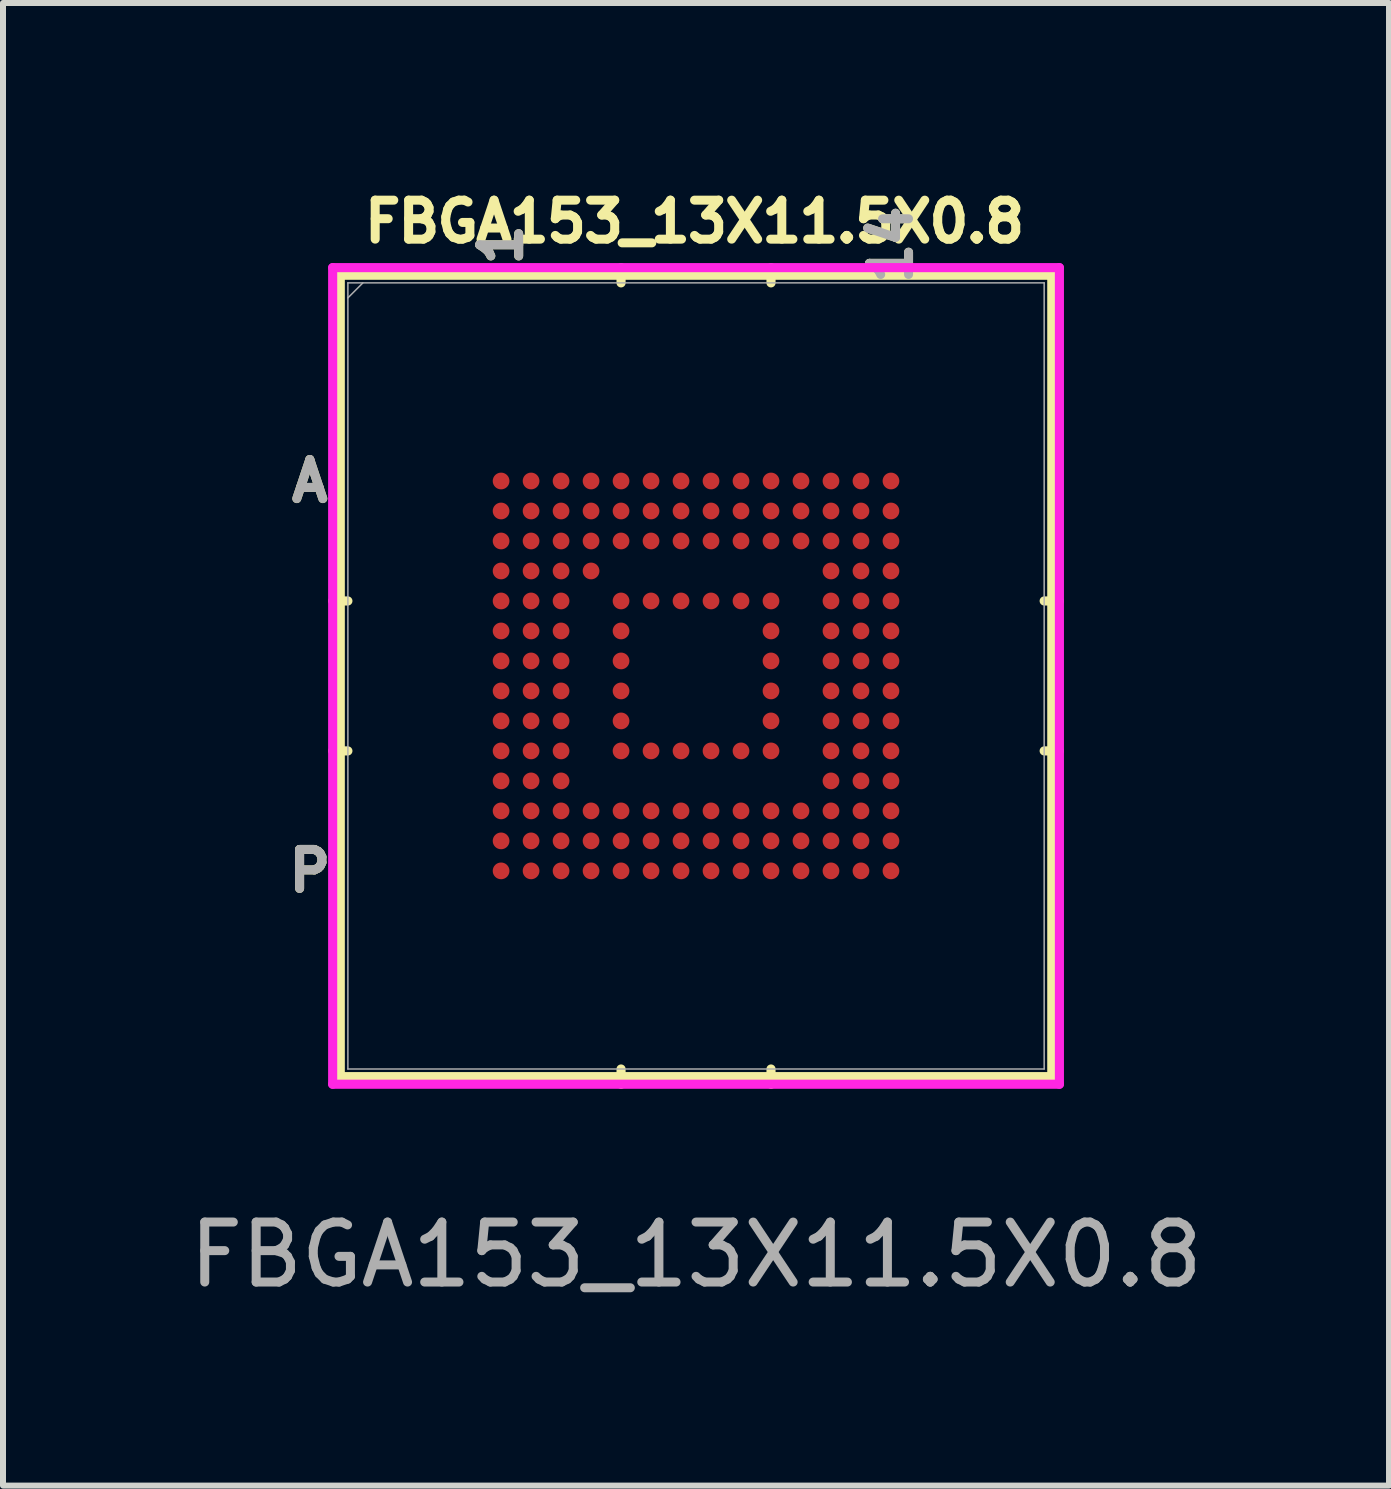
<source format=kicad_pcb>
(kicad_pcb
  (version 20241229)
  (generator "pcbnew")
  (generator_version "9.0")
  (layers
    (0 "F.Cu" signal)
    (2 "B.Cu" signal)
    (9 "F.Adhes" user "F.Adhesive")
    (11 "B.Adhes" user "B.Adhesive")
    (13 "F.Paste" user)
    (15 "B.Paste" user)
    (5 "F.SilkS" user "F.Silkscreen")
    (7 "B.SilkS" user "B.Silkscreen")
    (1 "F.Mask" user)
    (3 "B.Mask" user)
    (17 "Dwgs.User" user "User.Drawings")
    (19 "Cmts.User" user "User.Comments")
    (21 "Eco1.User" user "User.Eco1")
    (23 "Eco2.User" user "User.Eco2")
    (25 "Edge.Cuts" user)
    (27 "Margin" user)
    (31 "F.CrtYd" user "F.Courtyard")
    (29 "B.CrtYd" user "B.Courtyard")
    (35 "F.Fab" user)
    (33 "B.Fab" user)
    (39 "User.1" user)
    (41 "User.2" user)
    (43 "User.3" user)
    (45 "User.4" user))
  (footprint "FBGA153_13X11.5X0.8"
    (layer "F.Cu")
    (at 8.554 8.219)
    (property "Reference" "FBGA153_13X11.5X0.8" (at -0.025 -7.575 0) (unlocked yes) (layer "F.SilkS") (effects (font (size 0.65 0.65) (thickness 0.15))))
    (attr smd)
    (fp_line (start -5.931 -6.68) (end -5.931 6.68) (stroke (width 0.152) (type solid)) (layer "F.SilkS"))
    (fp_line (start -5.931 6.68) (end 5.931 6.68) (stroke (width 0.152) (type solid)) (layer "F.SilkS"))
    (fp_line (start -5.804 -1.25) (end -6.058 -1.25) (stroke (width 0.152) (type solid)) (layer "F.SilkS"))
    (fp_line (start -5.804 1.25) (end -6.058 1.25) (stroke (width 0.152) (type solid)) (layer "F.SilkS"))
    (fp_line (start -1.25 -6.553) (end -1.25 -6.807) (stroke (width 0.152) (type solid)) (layer "F.SilkS"))
    (fp_line (start -1.25 6.553) (end -1.25 6.807) (stroke (width 0.152) (type solid)) (layer "F.SilkS"))
    (fp_line (start 1.25 -6.553) (end 1.25 -6.807) (stroke (width 0.152) (type solid)) (layer "F.SilkS"))
    (fp_line (start 1.25 6.553) (end 1.25 6.807) (stroke (width 0.152) (type solid)) (layer "F.SilkS"))
    (fp_line (start 5.804 -1.25) (end 6.058 -1.25) (stroke (width 0.152) (type solid)) (layer "F.SilkS"))
    (fp_line (start 5.804 1.25) (end 6.058 1.25) (stroke (width 0.152) (type solid)) (layer "F.SilkS"))
    (fp_line (start 5.931 -6.68) (end -5.931 -6.68) (stroke (width 0.152) (type solid)) (layer "F.SilkS"))
    (fp_line (start 5.931 6.68) (end 5.931 -6.68) (stroke (width 0.152) (type solid)) (layer "F.SilkS"))
    (fp_line (start -6.058 -6.807) (end 6.058 -6.807) (stroke (width 0.152) (type solid)) (layer "F.CrtYd"))
    (fp_line (start -6.058 6.807) (end -6.058 -6.807) (stroke (width 0.152) (type solid)) (layer "F.CrtYd"))
    (fp_line (start 6.058 -6.807) (end 6.058 6.807) (stroke (width 0.152) (type solid)) (layer "F.CrtYd"))
    (fp_line (start 6.058 6.807) (end -6.058 6.807) (stroke (width 0.152) (type solid)) (layer "F.CrtYd"))
    (fp_line (start -5.804 -6.553) (end -5.804 6.553) (stroke (width 0.025) (type solid)) (layer "F.Fab"))
    (fp_line (start -5.804 6.553) (end 5.804 6.553) (stroke (width 0.025) (type solid)) (layer "F.Fab"))
    (fp_line (start -5.554 -6.553) (end -5.804 -6.303) (stroke (width 0.025) (type solid)) (layer "F.Fab"))
    (fp_line (start 5.804 -6.553) (end -5.804 -6.553) (stroke (width 0.025) (type solid)) (layer "F.Fab"))
    (fp_line (start 5.804 6.553) (end 5.804 -6.553) (stroke (width 0.025) (type solid)) (layer "F.Fab"))
    (fp_text user "14" (at 3.25 -7.188 90) (unlocked yes) (layer "F.SilkS") (effects (font (size 0.65 0.65) (thickness 0.15))))
    (fp_text user "P" (at -6.439 3.25 0) (unlocked yes) (layer "F.SilkS") (effects (font (size 0.65 0.65) (thickness 0.15))))
    (fp_text user "A" (at -6.439 -3.25 0) (unlocked yes) (layer "F.SilkS") (effects (font (size 0.65 0.65) (thickness 0.15))))
    (fp_text user "1" (at -3.25 -7.188 90) (unlocked yes) (layer "F.SilkS") (effects (font (size 0.65 0.65) (thickness 0.15))))
    (fp_text user "${REFERENCE}" (at 0 9.65 0) (unlocked yes) (layer "F.Fab") (effects (font (size 1 1) (thickness 0.15))))
    (fp_text user "P" (at -6.439 3.25 0) (unlocked yes) (layer "F.Fab") (effects (font (size 0.65 0.65) (thickness 0.15))))
    (fp_text user "14" (at 3.25 -7.188 90) (unlocked yes) (layer "F.Fab") (effects (font (size 0.65 0.65) (thickness 0.15))))
    (fp_text user "1" (at -3.25 -7.188 90) (unlocked yes) (layer "F.Fab") (effects (font (size 0.65 0.65) (thickness 0.15))))
    (fp_text user "A" (at -6.439 -3.25 0) (unlocked yes) (layer "F.Fab") (effects (font (size 0.65 0.65) (thickness 0.15))))
    (pad "A1" smd circle (at -3.25 -3.25) (size 0.279 0.279) (layers "F.Cu" "F.Mask" "F.Paste"))
    (pad "A2" smd circle (at -2.75 -3.25) (size 0.279 0.279) (layers "F.Cu" "F.Mask" "F.Paste"))
    (pad "A3" smd circle (at -2.25 -3.25) (size 0.279 0.279) (layers "F.Cu" "F.Mask" "F.Paste"))
    (pad "A4" smd circle (at -1.75 -3.25) (size 0.279 0.279) (layers "F.Cu" "F.Mask" "F.Paste"))
    (pad "A5" smd circle (at -1.25 -3.25) (size 0.279 0.279) (layers "F.Cu" "F.Mask" "F.Paste"))
    (pad "A6" smd circle (at -0.75 -3.25) (size 0.279 0.279) (layers "F.Cu" "F.Mask" "F.Paste"))
    (pad "A7" smd circle (at -0.25 -3.25) (size 0.279 0.279) (layers "F.Cu" "F.Mask" "F.Paste"))
    (pad "A8" smd circle (at 0.25 -3.25) (size 0.279 0.279) (layers "F.Cu" "F.Mask" "F.Paste"))
    (pad "A9" smd circle (at 0.75 -3.25) (size 0.279 0.279) (layers "F.Cu" "F.Mask" "F.Paste"))
    (pad "A10" smd circle (at 1.25 -3.25) (size 0.279 0.279) (layers "F.Cu" "F.Mask" "F.Paste"))
    (pad "A11" smd circle (at 1.75 -3.25) (size 0.279 0.279) (layers "F.Cu" "F.Mask" "F.Paste"))
    (pad "A12" smd circle (at 2.25 -3.25) (size 0.279 0.279) (layers "F.Cu" "F.Mask" "F.Paste"))
    (pad "A13" smd circle (at 2.75 -3.25) (size 0.279 0.279) (layers "F.Cu" "F.Mask" "F.Paste"))
    (pad "A14" smd circle (at 3.25 -3.25) (size 0.279 0.279) (layers "F.Cu" "F.Mask" "F.Paste"))
    (pad "B1" smd circle (at -3.25 -2.75) (size 0.279 0.279) (layers "F.Cu" "F.Mask" "F.Paste"))
    (pad "B2" smd circle (at -2.75 -2.75) (size 0.279 0.279) (layers "F.Cu" "F.Mask" "F.Paste"))
    (pad "B3" smd circle (at -2.25 -2.75) (size 0.279 0.279) (layers "F.Cu" "F.Mask" "F.Paste"))
    (pad "B4" smd circle (at -1.75 -2.75) (size 0.279 0.279) (layers "F.Cu" "F.Mask" "F.Paste"))
    (pad "B5" smd circle (at -1.25 -2.75) (size 0.279 0.279) (layers "F.Cu" "F.Mask" "F.Paste"))
    (pad "B6" smd circle (at -0.75 -2.75) (size 0.279 0.279) (layers "F.Cu" "F.Mask" "F.Paste"))
    (pad "B7" smd circle (at -0.25 -2.75) (size 0.279 0.279) (layers "F.Cu" "F.Mask" "F.Paste"))
    (pad "B8" smd circle (at 0.25 -2.75) (size 0.279 0.279) (layers "F.Cu" "F.Mask" "F.Paste"))
    (pad "B9" smd circle (at 0.75 -2.75) (size 0.279 0.279) (layers "F.Cu" "F.Mask" "F.Paste"))
    (pad "B10" smd circle (at 1.25 -2.75) (size 0.279 0.279) (layers "F.Cu" "F.Mask" "F.Paste"))
    (pad "B11" smd circle (at 1.75 -2.75) (size 0.279 0.279) (layers "F.Cu" "F.Mask" "F.Paste"))
    (pad "B12" smd circle (at 2.25 -2.75) (size 0.279 0.279) (layers "F.Cu" "F.Mask" "F.Paste"))
    (pad "B13" smd circle (at 2.75 -2.75) (size 0.279 0.279) (layers "F.Cu" "F.Mask" "F.Paste"))
    (pad "B14" smd circle (at 3.25 -2.75) (size 0.279 0.279) (layers "F.Cu" "F.Mask" "F.Paste"))
    (pad "C1" smd circle (at -3.25 -2.25) (size 0.279 0.279) (layers "F.Cu" "F.Mask" "F.Paste"))
    (pad "C2" smd circle (at -2.75 -2.25) (size 0.279 0.279) (layers "F.Cu" "F.Mask" "F.Paste"))
    (pad "C3" smd circle (at -2.25 -2.25) (size 0.279 0.279) (layers "F.Cu" "F.Mask" "F.Paste"))
    (pad "C4" smd circle (at -1.75 -2.25) (size 0.279 0.279) (layers "F.Cu" "F.Mask" "F.Paste"))
    (pad "C5" smd circle (at -1.25 -2.25) (size 0.279 0.279) (layers "F.Cu" "F.Mask" "F.Paste"))
    (pad "C6" smd circle (at -0.75 -2.25) (size 0.279 0.279) (layers "F.Cu" "F.Mask" "F.Paste"))
    (pad "C7" smd circle (at -0.25 -2.25) (size 0.279 0.279) (layers "F.Cu" "F.Mask" "F.Paste"))
    (pad "C8" smd circle (at 0.25 -2.25) (size 0.279 0.279) (layers "F.Cu" "F.Mask" "F.Paste"))
    (pad "C9" smd circle (at 0.75 -2.25) (size 0.279 0.279) (layers "F.Cu" "F.Mask" "F.Paste"))
    (pad "C10" smd circle (at 1.25 -2.25) (size 0.279 0.279) (layers "F.Cu" "F.Mask" "F.Paste"))
    (pad "C11" smd circle (at 1.75 -2.25) (size 0.279 0.279) (layers "F.Cu" "F.Mask" "F.Paste"))
    (pad "C12" smd circle (at 2.25 -2.25) (size 0.279 0.279) (layers "F.Cu" "F.Mask" "F.Paste"))
    (pad "C13" smd circle (at 2.75 -2.25) (size 0.279 0.279) (layers "F.Cu" "F.Mask" "F.Paste"))
    (pad "C14" smd circle (at 3.25 -2.25) (size 0.279 0.279) (layers "F.Cu" "F.Mask" "F.Paste"))
    (pad "D1" smd circle (at -3.25 -1.75) (size 0.279 0.279) (layers "F.Cu" "F.Mask" "F.Paste"))
    (pad "D2" smd circle (at -2.75 -1.75) (size 0.279 0.279) (layers "F.Cu" "F.Mask" "F.Paste"))
    (pad "D3" smd circle (at -2.25 -1.75) (size 0.279 0.279) (layers "F.Cu" "F.Mask" "F.Paste"))
    (pad "D4" smd circle (at -1.75 -1.75) (size 0.279 0.279) (layers "F.Cu" "F.Mask" "F.Paste"))
    (pad "D12" smd circle (at 2.25 -1.75) (size 0.279 0.279) (layers "F.Cu" "F.Mask" "F.Paste"))
    (pad "D13" smd circle (at 2.75 -1.75) (size 0.279 0.279) (layers "F.Cu" "F.Mask" "F.Paste"))
    (pad "D14" smd circle (at 3.25 -1.75) (size 0.279 0.279) (layers "F.Cu" "F.Mask" "F.Paste"))
    (pad "E1" smd circle (at -3.25 -1.25) (size 0.279 0.279) (layers "F.Cu" "F.Mask" "F.Paste"))
    (pad "E2" smd circle (at -2.75 -1.25) (size 0.279 0.279) (layers "F.Cu" "F.Mask" "F.Paste"))
    (pad "E3" smd circle (at -2.25 -1.25) (size 0.279 0.279) (layers "F.Cu" "F.Mask" "F.Paste"))
    (pad "E5" smd circle (at -1.25 -1.25) (size 0.279 0.279) (layers "F.Cu" "F.Mask" "F.Paste"))
    (pad "E6" smd circle (at -0.75 -1.25) (size 0.279 0.279) (layers "F.Cu" "F.Mask" "F.Paste"))
    (pad "E7" smd circle (at -0.25 -1.25) (size 0.279 0.279) (layers "F.Cu" "F.Mask" "F.Paste"))
    (pad "E8" smd circle (at 0.25 -1.25) (size 0.279 0.279) (layers "F.Cu" "F.Mask" "F.Paste"))
    (pad "E9" smd circle (at 0.75 -1.25) (size 0.279 0.279) (layers "F.Cu" "F.Mask" "F.Paste"))
    (pad "E10" smd circle (at 1.25 -1.25) (size 0.279 0.279) (layers "F.Cu" "F.Mask" "F.Paste"))
    (pad "E12" smd circle (at 2.25 -1.25) (size 0.279 0.279) (layers "F.Cu" "F.Mask" "F.Paste"))
    (pad "E13" smd circle (at 2.75 -1.25) (size 0.279 0.279) (layers "F.Cu" "F.Mask" "F.Paste"))
    (pad "E14" smd circle (at 3.25 -1.25) (size 0.279 0.279) (layers "F.Cu" "F.Mask" "F.Paste"))
    (pad "F1" smd circle (at -3.25 -0.75) (size 0.279 0.279) (layers "F.Cu" "F.Mask" "F.Paste"))
    (pad "F2" smd circle (at -2.75 -0.75) (size 0.279 0.279) (layers "F.Cu" "F.Mask" "F.Paste"))
    (pad "F3" smd circle (at -2.25 -0.75) (size 0.279 0.279) (layers "F.Cu" "F.Mask" "F.Paste"))
    (pad "F5" smd circle (at -1.25 -0.75) (size 0.279 0.279) (layers "F.Cu" "F.Mask" "F.Paste"))
    (pad "F10" smd circle (at 1.25 -0.75) (size 0.279 0.279) (layers "F.Cu" "F.Mask" "F.Paste"))
    (pad "F12" smd circle (at 2.25 -0.75) (size 0.279 0.279) (layers "F.Cu" "F.Mask" "F.Paste"))
    (pad "F13" smd circle (at 2.75 -0.75) (size 0.279 0.279) (layers "F.Cu" "F.Mask" "F.Paste"))
    (pad "F14" smd circle (at 3.25 -0.75) (size 0.279 0.279) (layers "F.Cu" "F.Mask" "F.Paste"))
    (pad "G1" smd circle (at -3.25 -0.25) (size 0.279 0.279) (layers "F.Cu" "F.Mask" "F.Paste"))
    (pad "G2" smd circle (at -2.75 -0.25) (size 0.279 0.279) (layers "F.Cu" "F.Mask" "F.Paste"))
    (pad "G3" smd circle (at -2.25 -0.25) (size 0.279 0.279) (layers "F.Cu" "F.Mask" "F.Paste"))
    (pad "G5" smd circle (at -1.25 -0.25) (size 0.279 0.279) (layers "F.Cu" "F.Mask" "F.Paste"))
    (pad "G10" smd circle (at 1.25 -0.25) (size 0.279 0.279) (layers "F.Cu" "F.Mask" "F.Paste"))
    (pad "G12" smd circle (at 2.25 -0.25) (size 0.279 0.279) (layers "F.Cu" "F.Mask" "F.Paste"))
    (pad "G13" smd circle (at 2.75 -0.25) (size 0.279 0.279) (layers "F.Cu" "F.Mask" "F.Paste"))
    (pad "G14" smd circle (at 3.25 -0.25) (size 0.279 0.279) (layers "F.Cu" "F.Mask" "F.Paste"))
    (pad "H1" smd circle (at -3.25 0.25) (size 0.279 0.279) (layers "F.Cu" "F.Mask" "F.Paste"))
    (pad "H2" smd circle (at -2.75 0.25) (size 0.279 0.279) (layers "F.Cu" "F.Mask" "F.Paste"))
    (pad "H3" smd circle (at -2.25 0.25) (size 0.279 0.279) (layers "F.Cu" "F.Mask" "F.Paste"))
    (pad "H5" smd circle (at -1.25 0.25) (size 0.279 0.279) (layers "F.Cu" "F.Mask" "F.Paste"))
    (pad "H10" smd circle (at 1.25 0.25) (size 0.279 0.279) (layers "F.Cu" "F.Mask" "F.Paste"))
    (pad "H12" smd circle (at 2.25 0.25) (size 0.279 0.279) (layers "F.Cu" "F.Mask" "F.Paste"))
    (pad "H13" smd circle (at 2.75 0.25) (size 0.279 0.279) (layers "F.Cu" "F.Mask" "F.Paste"))
    (pad "H14" smd circle (at 3.25 0.25) (size 0.279 0.279) (layers "F.Cu" "F.Mask" "F.Paste"))
    (pad "J1" smd circle (at -3.25 0.75) (size 0.279 0.279) (layers "F.Cu" "F.Mask" "F.Paste"))
    (pad "J2" smd circle (at -2.75 0.75) (size 0.279 0.279) (layers "F.Cu" "F.Mask" "F.Paste"))
    (pad "J3" smd circle (at -2.25 0.75) (size 0.279 0.279) (layers "F.Cu" "F.Mask" "F.Paste"))
    (pad "J5" smd circle (at -1.25 0.75) (size 0.279 0.279) (layers "F.Cu" "F.Mask" "F.Paste"))
    (pad "J10" smd circle (at 1.25 0.75) (size 0.279 0.279) (layers "F.Cu" "F.Mask" "F.Paste"))
    (pad "J12" smd circle (at 2.25 0.75) (size 0.279 0.279) (layers "F.Cu" "F.Mask" "F.Paste"))
    (pad "J13" smd circle (at 2.75 0.75) (size 0.279 0.279) (layers "F.Cu" "F.Mask" "F.Paste"))
    (pad "J14" smd circle (at 3.25 0.75) (size 0.279 0.279) (layers "F.Cu" "F.Mask" "F.Paste"))
    (pad "K1" smd circle (at -3.25 1.25) (size 0.279 0.279) (layers "F.Cu" "F.Mask" "F.Paste"))
    (pad "K2" smd circle (at -2.75 1.25) (size 0.279 0.279) (layers "F.Cu" "F.Mask" "F.Paste"))
    (pad "K3" smd circle (at -2.25 1.25) (size 0.279 0.279) (layers "F.Cu" "F.Mask" "F.Paste"))
    (pad "K5" smd circle (at -1.25 1.25) (size 0.279 0.279) (layers "F.Cu" "F.Mask" "F.Paste"))
    (pad "K6" smd circle (at -0.75 1.25) (size 0.279 0.279) (layers "F.Cu" "F.Mask" "F.Paste"))
    (pad "K7" smd circle (at -0.25 1.25) (size 0.279 0.279) (layers "F.Cu" "F.Mask" "F.Paste"))
    (pad "K8" smd circle (at 0.25 1.25) (size 0.279 0.279) (layers "F.Cu" "F.Mask" "F.Paste"))
    (pad "K9" smd circle (at 0.75 1.25) (size 0.279 0.279) (layers "F.Cu" "F.Mask" "F.Paste"))
    (pad "K10" smd circle (at 1.25 1.25) (size 0.279 0.279) (layers "F.Cu" "F.Mask" "F.Paste"))
    (pad "K12" smd circle (at 2.25 1.25) (size 0.279 0.279) (layers "F.Cu" "F.Mask" "F.Paste"))
    (pad "K13" smd circle (at 2.75 1.25) (size 0.279 0.279) (layers "F.Cu" "F.Mask" "F.Paste"))
    (pad "K14" smd circle (at 3.25 1.25) (size 0.279 0.279) (layers "F.Cu" "F.Mask" "F.Paste"))
    (pad "L1" smd circle (at -3.25 1.75) (size 0.279 0.279) (layers "F.Cu" "F.Mask" "F.Paste"))
    (pad "L2" smd circle (at -2.75 1.75) (size 0.279 0.279) (layers "F.Cu" "F.Mask" "F.Paste"))
    (pad "L3" smd circle (at -2.25 1.75) (size 0.279 0.279) (layers "F.Cu" "F.Mask" "F.Paste"))
    (pad "L12" smd circle (at 2.25 1.75) (size 0.279 0.279) (layers "F.Cu" "F.Mask" "F.Paste"))
    (pad "L13" smd circle (at 2.75 1.75) (size 0.279 0.279) (layers "F.Cu" "F.Mask" "F.Paste"))
    (pad "L14" smd circle (at 3.25 1.75) (size 0.279 0.279) (layers "F.Cu" "F.Mask" "F.Paste"))
    (pad "M1" smd circle (at -3.25 2.25) (size 0.279 0.279) (layers "F.Cu" "F.Mask" "F.Paste"))
    (pad "M2" smd circle (at -2.75 2.25) (size 0.279 0.279) (layers "F.Cu" "F.Mask" "F.Paste"))
    (pad "M3" smd circle (at -2.25 2.25) (size 0.279 0.279) (layers "F.Cu" "F.Mask" "F.Paste"))
    (pad "M4" smd circle (at -1.75 2.25) (size 0.279 0.279) (layers "F.Cu" "F.Mask" "F.Paste"))
    (pad "M5" smd circle (at -1.25 2.25) (size 0.279 0.279) (layers "F.Cu" "F.Mask" "F.Paste"))
    (pad "M6" smd circle (at -0.75 2.25) (size 0.279 0.279) (layers "F.Cu" "F.Mask" "F.Paste"))
    (pad "M7" smd circle (at -0.25 2.25) (size 0.279 0.279) (layers "F.Cu" "F.Mask" "F.Paste"))
    (pad "M8" smd circle (at 0.25 2.25) (size 0.279 0.279) (layers "F.Cu" "F.Mask" "F.Paste"))
    (pad "M9" smd circle (at 0.75 2.25) (size 0.279 0.279) (layers "F.Cu" "F.Mask" "F.Paste"))
    (pad "M10" smd circle (at 1.25 2.25) (size 0.279 0.279) (layers "F.Cu" "F.Mask" "F.Paste"))
    (pad "M11" smd circle (at 1.75 2.25) (size 0.279 0.279) (layers "F.Cu" "F.Mask" "F.Paste"))
    (pad "M12" smd circle (at 2.25 2.25) (size 0.279 0.279) (layers "F.Cu" "F.Mask" "F.Paste"))
    (pad "M13" smd circle (at 2.75 2.25) (size 0.279 0.279) (layers "F.Cu" "F.Mask" "F.Paste"))
    (pad "M14" smd circle (at 3.25 2.25) (size 0.279 0.279) (layers "F.Cu" "F.Mask" "F.Paste"))
    (pad "N1" smd circle (at -3.25 2.75) (size 0.279 0.279) (layers "F.Cu" "F.Mask" "F.Paste"))
    (pad "N2" smd circle (at -2.75 2.75) (size 0.279 0.279) (layers "F.Cu" "F.Mask" "F.Paste"))
    (pad "N3" smd circle (at -2.25 2.75) (size 0.279 0.279) (layers "F.Cu" "F.Mask" "F.Paste"))
    (pad "N4" smd circle (at -1.75 2.75) (size 0.279 0.279) (layers "F.Cu" "F.Mask" "F.Paste"))
    (pad "N5" smd circle (at -1.25 2.75) (size 0.279 0.279) (layers "F.Cu" "F.Mask" "F.Paste"))
    (pad "N6" smd circle (at -0.75 2.75) (size 0.279 0.279) (layers "F.Cu" "F.Mask" "F.Paste"))
    (pad "N7" smd circle (at -0.25 2.75) (size 0.279 0.279) (layers "F.Cu" "F.Mask" "F.Paste"))
    (pad "N8" smd circle (at 0.25 2.75) (size 0.279 0.279) (layers "F.Cu" "F.Mask" "F.Paste"))
    (pad "N9" smd circle (at 0.75 2.75) (size 0.279 0.279) (layers "F.Cu" "F.Mask" "F.Paste"))
    (pad "N10" smd circle (at 1.25 2.75) (size 0.279 0.279) (layers "F.Cu" "F.Mask" "F.Paste"))
    (pad "N11" smd circle (at 1.75 2.75) (size 0.279 0.279) (layers "F.Cu" "F.Mask" "F.Paste"))
    (pad "N12" smd circle (at 2.25 2.75) (size 0.279 0.279) (layers "F.Cu" "F.Mask" "F.Paste"))
    (pad "N13" smd circle (at 2.75 2.75) (size 0.279 0.279) (layers "F.Cu" "F.Mask" "F.Paste"))
    (pad "N14" smd circle (at 3.25 2.75) (size 0.279 0.279) (layers "F.Cu" "F.Mask" "F.Paste"))
    (pad "P1" smd circle (at -3.25 3.25) (size 0.279 0.279) (layers "F.Cu" "F.Mask" "F.Paste"))
    (pad "P2" smd circle (at -2.75 3.25) (size 0.279 0.279) (layers "F.Cu" "F.Mask" "F.Paste"))
    (pad "P3" smd circle (at -2.25 3.25) (size 0.279 0.279) (layers "F.Cu" "F.Mask" "F.Paste"))
    (pad "P4" smd circle (at -1.75 3.25) (size 0.279 0.279) (layers "F.Cu" "F.Mask" "F.Paste"))
    (pad "P5" smd circle (at -1.25 3.25) (size 0.279 0.279) (layers "F.Cu" "F.Mask" "F.Paste"))
    (pad "P6" smd circle (at -0.75 3.25) (size 0.279 0.279) (layers "F.Cu" "F.Mask" "F.Paste"))
    (pad "P7" smd circle (at -0.25 3.25) (size 0.279 0.279) (layers "F.Cu" "F.Mask" "F.Paste"))
    (pad "P8" smd circle (at 0.25 3.25) (size 0.279 0.279) (layers "F.Cu" "F.Mask" "F.Paste"))
    (pad "P9" smd circle (at 0.75 3.25) (size 0.279 0.279) (layers "F.Cu" "F.Mask" "F.Paste"))
    (pad "P10" smd circle (at 1.25 3.25) (size 0.279 0.279) (layers "F.Cu" "F.Mask" "F.Paste"))
    (pad "P11" smd circle (at 1.75 3.25) (size 0.279 0.279) (layers "F.Cu" "F.Mask" "F.Paste"))
    (pad "P12" smd circle (at 2.25 3.25) (size 0.279 0.279) (layers "F.Cu" "F.Mask" "F.Paste"))
    (pad "P13" smd circle (at 2.75 3.25) (size 0.279 0.279) (layers "F.Cu" "F.Mask" "F.Paste"))
    (pad "P14" smd circle (at 3.25 3.25) (size 0.279 0.279) (layers "F.Cu" "F.Mask" "F.Paste")))
  (gr_rect
    (start -3 -3)
    (end 20.107 21.717)
    (stroke (width 0.1) (type default))
    (fill no)
    (layer "Edge.Cuts")))
</source>
